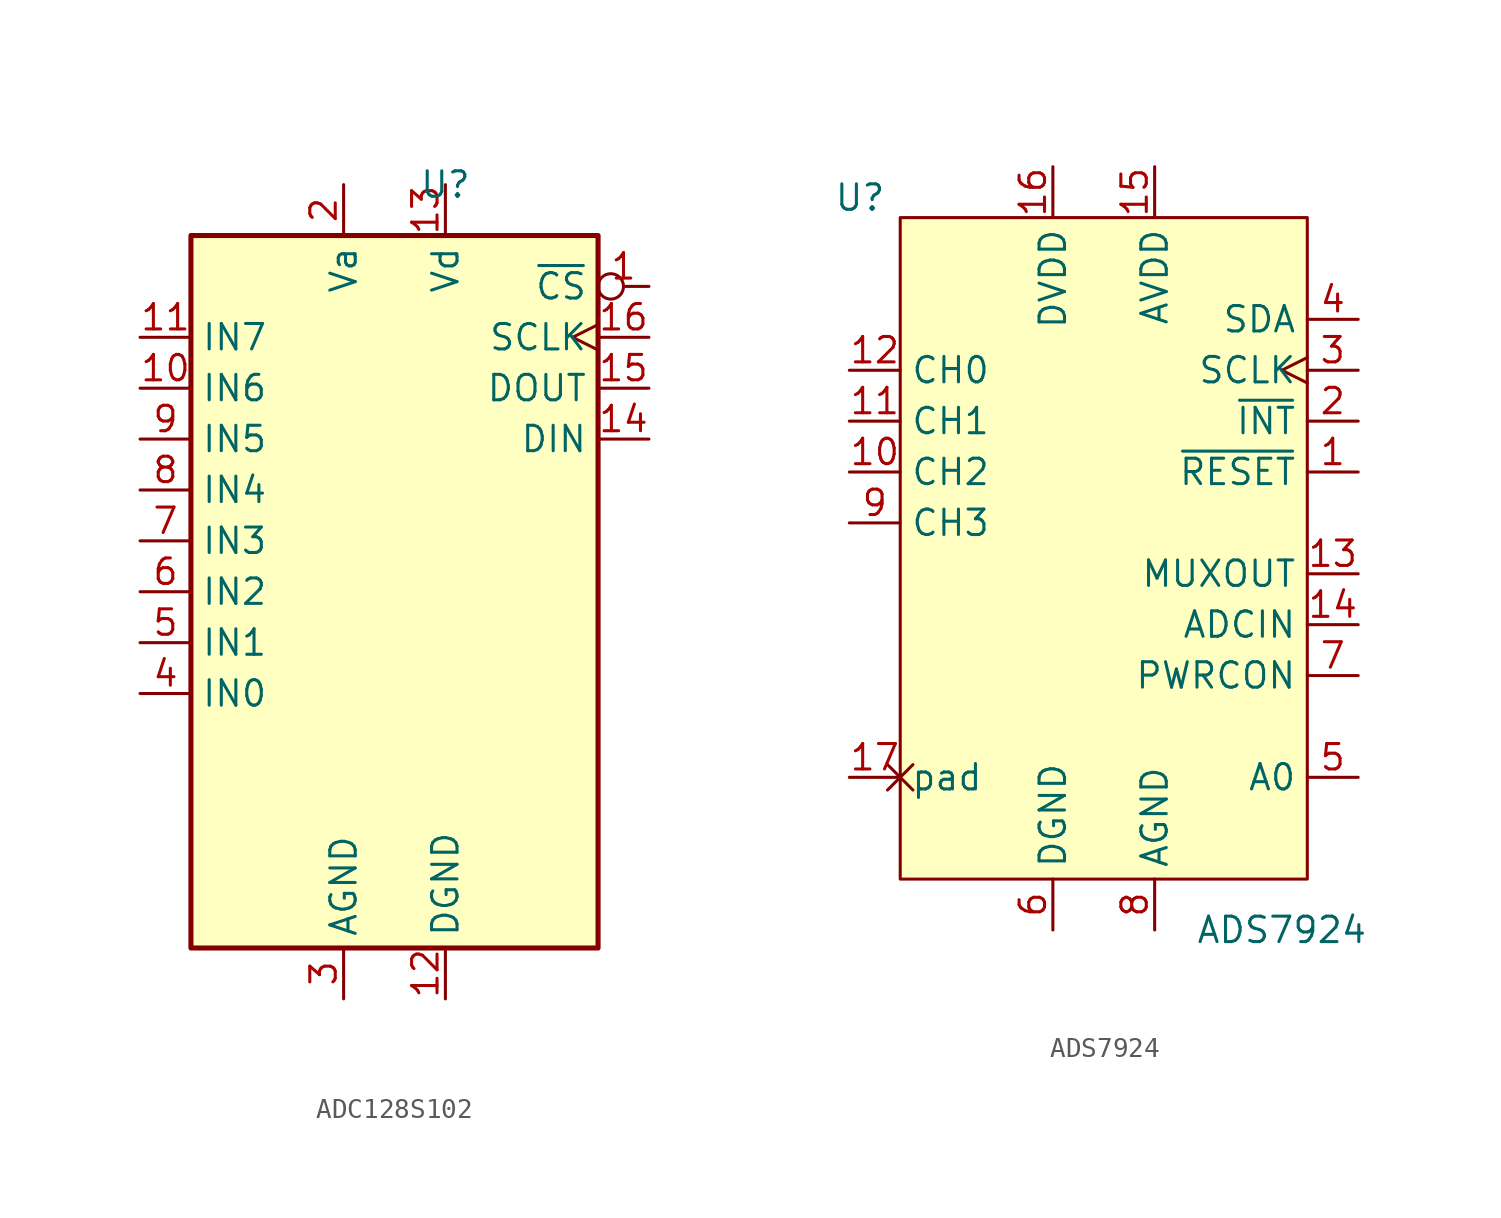
<source format=kicad_sym>
(kicad_symbol_lib
  (version 20220914)
  (generator kicad_symbol_editor)
  (symbol "ADC128S102"
    (property "Reference" "U"
      (at 2.54 17.78 0)
      (effects (font (size 1.27 1.27))))
    (property "Value" ""
      (at 0 0 0)
      (effects (font (size 1.27 1.27))))
    (symbol "ADC128S102_0_1"
      (rectangle (start -10.16 15.24) (end 10.16 -20.32) (stroke (width 0.254) (type default)) (fill (type background))))
    (symbol "ADC128S102_1_1"
      (pin input inverted (at 12.7 12.7 180) (length 2.54) (name "~{CS}" (effects (font (size 1.27 1.27)))) (number "1" (effects (font (size 1.27 1.27)))))
      (pin input line (at -12.7 7.62 0) (length 2.54) (name "IN6" (effects (font (size 1.27 1.27)))) (number "10" (effects (font (size 1.27 1.27)))))
      (pin input line (at -12.7 10.16 0) (length 2.54) (name "IN7" (effects (font (size 1.27 1.27)))) (number "11" (effects (font (size 1.27 1.27)))))
      (pin power_in line (at 2.54 -22.86 90) (length 2.54) (name "DGND" (effects (font (size 1.27 1.27)))) (number "12" (effects (font (size 1.27 1.27)))))
      (pin power_in line (at 2.54 17.78 270) (length 2.54) (name "Vd" (effects (font (size 1.27 1.27)))) (number "13" (effects (font (size 1.27 1.27)))))
      (pin input line (at 12.7 5.08 180) (length 2.54) (name "DIN" (effects (font (size 1.27 1.27)))) (number "14" (effects (font (size 1.27 1.27)))))
      (pin output line (at 12.7 7.62 180) (length 2.54) (name "DOUT" (effects (font (size 1.27 1.27)))) (number "15" (effects (font (size 1.27 1.27)))))
      (pin input clock (at 12.7 10.16 180) (length 2.54) (name "SCLK" (effects (font (size 1.27 1.27)))) (number "16" (effects (font (size 1.27 1.27)))))
      (pin power_in line (at -2.54 17.78 270) (length 2.54) (name "Va" (effects (font (size 1.27 1.27)))) (number "2" (effects (font (size 1.27 1.27)))))
      (pin power_in line (at -2.54 -22.86 90) (length 2.54) (name "AGND" (effects (font (size 1.27 1.27)))) (number "3" (effects (font (size 1.27 1.27)))))
      (pin input line (at -12.7 -7.62 0) (length 2.54) (name "IN0" (effects (font (size 1.27 1.27)))) (number "4" (effects (font (size 1.27 1.27)))))
      (pin input line (at -12.7 -5.08 0) (length 2.54) (name "IN1" (effects (font (size 1.27 1.27)))) (number "5" (effects (font (size 1.27 1.27)))))
      (pin input line (at -12.7 -2.54 0) (length 2.54) (name "IN2" (effects (font (size 1.27 1.27)))) (number "6" (effects (font (size 1.27 1.27)))))
      (pin input line (at -12.7 0 0) (length 2.54) (name "IN3" (effects (font (size 1.27 1.27)))) (number "7" (effects (font (size 1.27 1.27)))))
      (pin input line (at -12.7 2.54 0) (length 2.54) (name "IN4" (effects (font (size 1.27 1.27)))) (number "8" (effects (font (size 1.27 1.27)))))
      (pin input line (at -12.7 5.08 0) (length 2.54) (name "IN5" (effects (font (size 1.27 1.27)))) (number "9" (effects (font (size 1.27 1.27)))))))
  (symbol "ADS7924"
    (property "Reference" "U"
      (at -12.167 16.234 0)
      (effects (font (size 1.27 1.27))))
    (property "Value" "ADS7924"
      (at 8.89 -20.32 0)
      (effects (font (size 1.27 1.27))))
    (symbol "ADS7924_0_1"
      (rectangle (start -10.16 15.24) (end 10.16 -17.78) (stroke (width 0.152) (type default)) (fill (type background))))
    (symbol "ADS7924_1_1"
      (pin input line (at 12.7 2.54 180) (length 2.54) (name "~{RESET}" (effects (font (size 1.27 1.27)))) (number "1" (effects (font (size 1.27 1.27)))))
      (pin input line (at -12.7 2.54 0) (length 2.54) (name "CH2" (effects (font (size 1.27 1.27)))) (number "10" (effects (font (size 1.27 1.27)))))
      (pin input line (at -12.7 5.08 0) (length 2.54) (name "CH1" (effects (font (size 1.27 1.27)))) (number "11" (effects (font (size 1.27 1.27)))))
      (pin input line (at -12.7 7.62 0) (length 2.54) (name "CH0" (effects (font (size 1.27 1.27)))) (number "12" (effects (font (size 1.27 1.27)))))
      (pin output line (at 12.7 -2.54 180) (length 2.54) (name "MUXOUT" (effects (font (size 1.27 1.27)))) (number "13" (effects (font (size 1.27 1.27)))))
      (pin input line (at 12.7 -5.08 180) (length 2.54) (name "ADCIN" (effects (font (size 1.27 1.27)))) (number "14" (effects (font (size 1.27 1.27)))))
      (pin power_in line (at 2.54 17.78 270) (length 2.54) (name "AVDD" (effects (font (size 1.27 1.27)))) (number "15" (effects (font (size 1.27 1.27)))))
      (pin power_in line (at -2.54 17.78 270) (length 2.54) (name "DVDD" (effects (font (size 1.27 1.27)))) (number "16" (effects (font (size 1.27 1.27)))))
      (pin power_in non_logic (at -12.7 -12.7 0) (length 2.54) (name "pad" (effects (font (size 1.27 1.27)))) (number "17" (effects (font (size 1.27 1.27)))))
      (pin input line (at 12.7 5.08 180) (length 2.54) (name "~{INT}" (effects (font (size 1.27 1.27)))) (number "2" (effects (font (size 1.27 1.27)))))
      (pin input clock (at 12.7 7.62 180) (length 2.54) (name "SCLK" (effects (font (size 1.27 1.27)))) (number "3" (effects (font (size 1.27 1.27)))))
      (pin bidirectional line (at 12.7 10.16 180) (length 2.54) (name "SDA" (effects (font (size 1.27 1.27)))) (number "4" (effects (font (size 1.27 1.27)))))
      (pin input line (at 12.7 -12.7 180) (length 2.54) (name "A0" (effects (font (size 1.27 1.27)))) (number "5" (effects (font (size 1.27 1.27)))))
      (pin power_in line (at -2.54 -20.32 90) (length 2.54) (name "DGND" (effects (font (size 1.27 1.27)))) (number "6" (effects (font (size 1.27 1.27)))))
      (pin output line (at 12.7 -7.62 180) (length 2.54) (name "PWRCON" (effects (font (size 1.27 1.27)))) (number "7" (effects (font (size 1.27 1.27)))))
      (pin power_in line (at 2.54 -20.32 90) (length 2.54) (name "AGND" (effects (font (size 1.27 1.27)))) (number "8" (effects (font (size 1.27 1.27)))))
      (pin input line (at -12.7 0 0) (length 2.54) (name "CH3" (effects (font (size 1.27 1.27)))) (number "9" (effects (font (size 1.27 1.27))))))))
</source>
